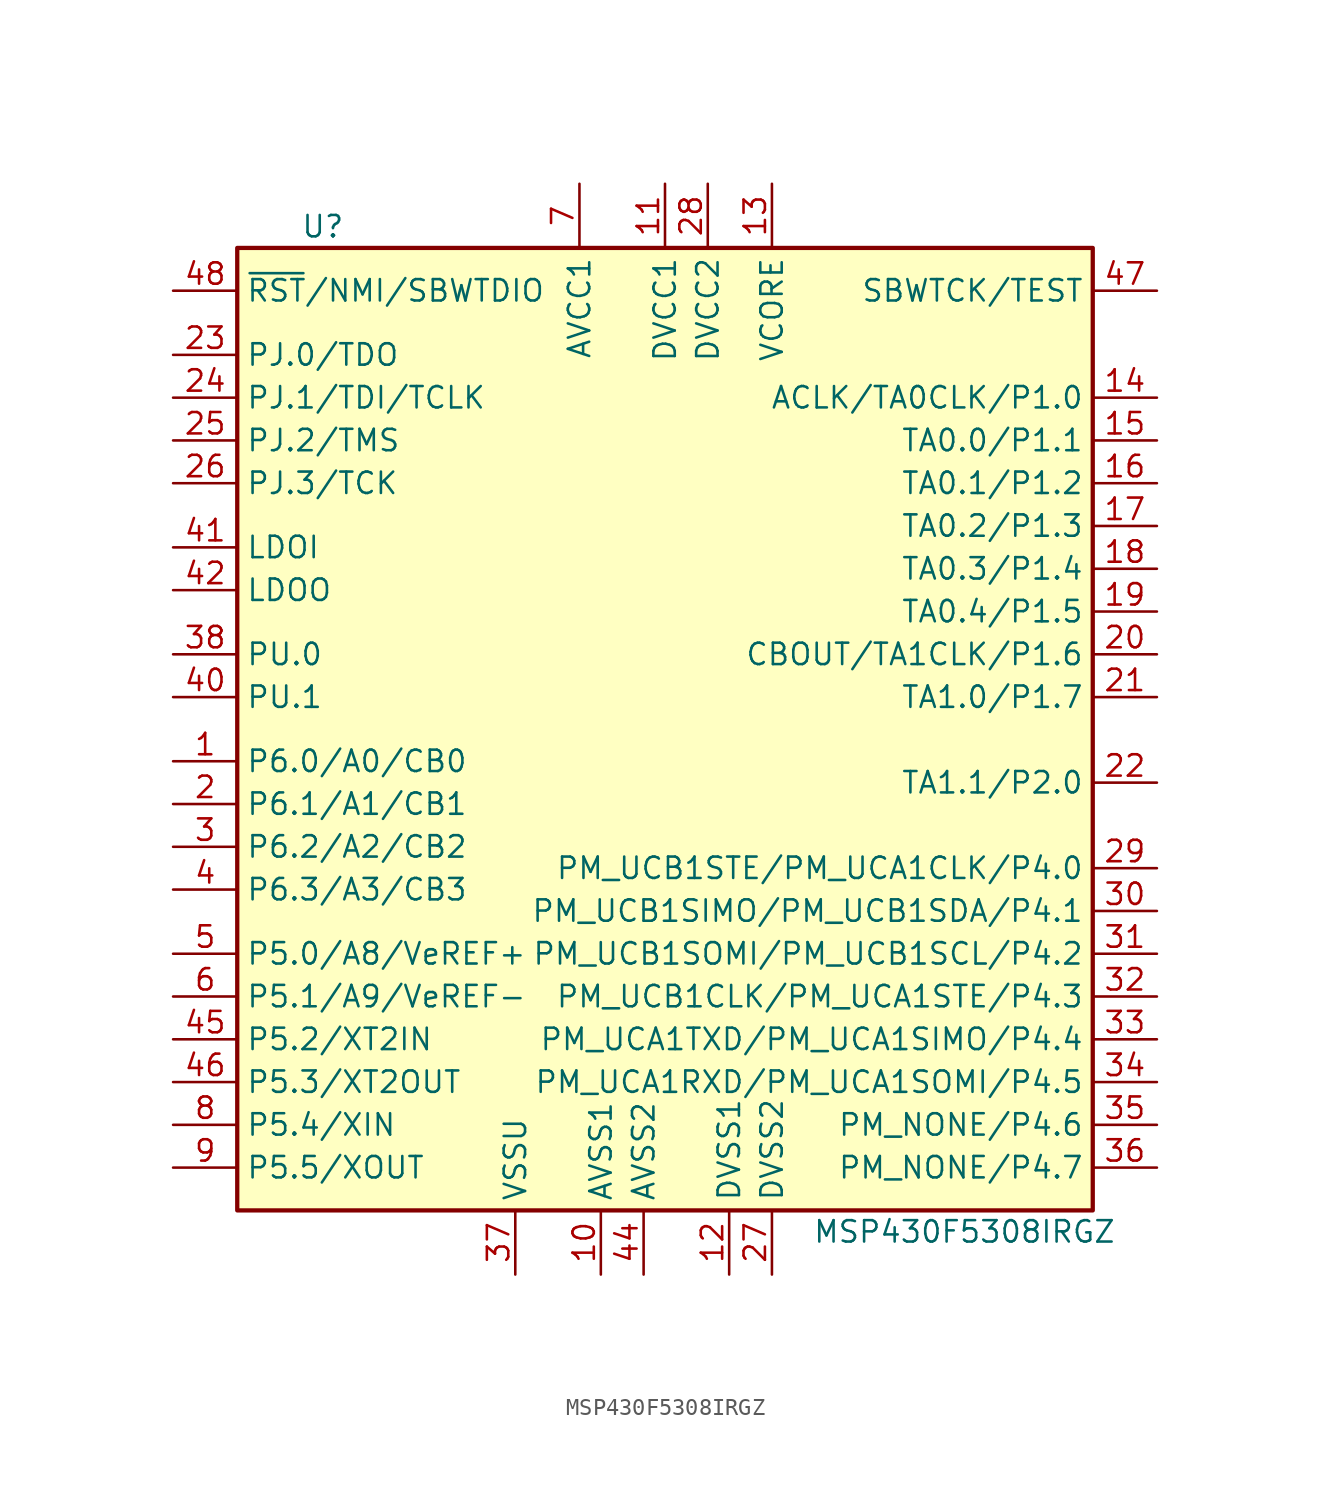
<source format=kicad_sym>
(kicad_symbol_lib
  (version 20241209)
  (generator "kicad_symbol_editor")
  (generator_version "9.0")
  (symbol "MSP430F5308IRGZ"
    (property "Reference" "U"
      (at -21.59 30.48 0)
      (effects (font (size 1.27 1.27))))
    (property "Value" "MSP430F5308IRGZ"
      (at 16.51 -29.21 0)
      (effects (font (size 1.27 1.27))))
    (symbol "MSP430F5308IRGZ_0_1"
      (rectangle (start -26.67 29.21) (end 24.13 -27.94) (stroke (width 0.254) (type default)) (fill (type background))))
    (symbol "MSP430F5308IRGZ_1_1"
      (pin input line (at -30.48 26.67 0) (length 3.81) (name "~{RST}/NMI/SBWTDIO" (effects (font (size 1.27 1.27)))) (number "48" (effects (font (size 1.27 1.27)))))
      (pin bidirectional line (at -30.48 22.86 0) (length 3.81) (name "PJ.0/TDO" (effects (font (size 1.27 1.27)))) (number "23" (effects (font (size 1.27 1.27)))))
      (pin bidirectional line (at -30.48 20.32 0) (length 3.81) (name "PJ.1/TDI/TCLK" (effects (font (size 1.27 1.27)))) (number "24" (effects (font (size 1.27 1.27)))))
      (pin bidirectional line (at -30.48 17.78 0) (length 3.81) (name "PJ.2/TMS" (effects (font (size 1.27 1.27)))) (number "25" (effects (font (size 1.27 1.27)))))
      (pin bidirectional line (at -30.48 15.24 0) (length 3.81) (name "PJ.3/TCK" (effects (font (size 1.27 1.27)))) (number "26" (effects (font (size 1.27 1.27)))))
      (pin power_in line (at -30.48 11.43 0) (length 3.81) (name "LDOI" (effects (font (size 1.27 1.27)))) (number "41" (effects (font (size 1.27 1.27)))))
      (pin power_out line (at -30.48 8.89 0) (length 3.81) (name "LDOO" (effects (font (size 1.27 1.27)))) (number "42" (effects (font (size 1.27 1.27)))))
      (pin bidirectional line (at -30.48 5.08 0) (length 3.81) (name "PU.0" (effects (font (size 1.27 1.27)))) (number "38" (effects (font (size 1.27 1.27)))))
      (pin bidirectional line (at -30.48 2.54 0) (length 3.81) (name "PU.1" (effects (font (size 1.27 1.27)))) (number "40" (effects (font (size 1.27 1.27)))))
      (pin bidirectional line (at -30.48 -1.27 0) (length 3.81) (name "P6.0/A0/CB0" (effects (font (size 1.27 1.27)))) (number "1" (effects (font (size 1.27 1.27)))))
      (pin bidirectional line (at -30.48 -3.81 0) (length 3.81) (name "P6.1/A1/CB1" (effects (font (size 1.27 1.27)))) (number "2" (effects (font (size 1.27 1.27)))))
      (pin bidirectional line (at -30.48 -6.35 0) (length 3.81) (name "P6.2/A2/CB2" (effects (font (size 1.27 1.27)))) (number "3" (effects (font (size 1.27 1.27)))))
      (pin bidirectional line (at -30.48 -8.89 0) (length 3.81) (name "P6.3/A3/CB3" (effects (font (size 1.27 1.27)))) (number "4" (effects (font (size 1.27 1.27)))))
      (pin bidirectional line (at -30.48 -12.7 0) (length 3.81) (name "P5.0/A8/VeREF+" (effects (font (size 1.27 1.27)))) (number "5" (effects (font (size 1.27 1.27)))))
      (pin bidirectional line (at -30.48 -15.24 0) (length 3.81) (name "P5.1/A9/VeREF-" (effects (font (size 1.27 1.27)))) (number "6" (effects (font (size 1.27 1.27)))))
      (pin bidirectional line (at -30.48 -17.78 0) (length 3.81) (name "P5.2/XT2IN" (effects (font (size 1.27 1.27)))) (number "45" (effects (font (size 1.27 1.27)))))
      (pin bidirectional line (at -30.48 -20.32 0) (length 3.81) (name "P5.3/XT2OUT" (effects (font (size 1.27 1.27)))) (number "46" (effects (font (size 1.27 1.27)))))
      (pin bidirectional line (at -30.48 -22.86 0) (length 3.81) (name "P5.4/XIN" (effects (font (size 1.27 1.27)))) (number "8" (effects (font (size 1.27 1.27)))))
      (pin bidirectional line (at -30.48 -25.4 0) (length 3.81) (name "P5.5/XOUT" (effects (font (size 1.27 1.27)))) (number "9" (effects (font (size 1.27 1.27)))))
      (pin power_in line (at -10.16 -31.75 90) (length 3.81) (name "VSSU" (effects (font (size 1.27 1.27)))) (number "37" (effects (font (size 1.27 1.27)))))
      (pin power_in line (at -6.35 33.02 270) (length 3.81) (name "AVCC1" (effects (font (size 1.27 1.27)))) (number "7" (effects (font (size 1.27 1.27)))))
      (pin power_in line (at -5.08 -31.75 90) (length 3.81) (name "AVSS1" (effects (font (size 1.27 1.27)))) (number "10" (effects (font (size 1.27 1.27)))))
      (pin power_in line (at -2.54 -31.75 90) (length 3.81) (name "AVSS2" (effects (font (size 1.27 1.27)))) (number "44" (effects (font (size 1.27 1.27)))))
      (pin power_in line (at -1.27 33.02 270) (length 3.81) (name "DVCC1" (effects (font (size 1.27 1.27)))) (number "11" (effects (font (size 1.27 1.27)))))
      (pin power_in line (at 1.27 33.02 270) (length 3.81) (name "DVCC2" (effects (font (size 1.27 1.27)))) (number "28" (effects (font (size 1.27 1.27)))))
      (pin power_in line (at 2.54 -31.75 90) (length 3.81) (name "DVSS1" (effects (font (size 1.27 1.27)))) (number "12" (effects (font (size 1.27 1.27)))))
      (pin bidirectional line (at 5.08 33.02 270) (length 3.81) (name "VCORE" (effects (font (size 1.27 1.27)))) (number "13" (effects (font (size 1.27 1.27)))))
      (pin power_in line (at 5.08 -31.75 90) (length 3.81) (name "DVSS2" (effects (font (size 1.27 1.27)))) (number "27" (effects (font (size 1.27 1.27)))))
      (pin input line (at 27.94 26.67 180) (length 3.81) (name "SBWTCK/TEST" (effects (font (size 1.27 1.27)))) (number "47" (effects (font (size 1.27 1.27)))))
      (pin bidirectional line (at 27.94 20.32 180) (length 3.81) (name "ACLK/TA0CLK/P1.0" (effects (font (size 1.27 1.27)))) (number "14" (effects (font (size 1.27 1.27)))))
      (pin bidirectional line (at 27.94 17.78 180) (length 3.81) (name "TA0.0/P1.1" (effects (font (size 1.27 1.27)))) (number "15" (effects (font (size 1.27 1.27)))))
      (pin bidirectional line (at 27.94 15.24 180) (length 3.81) (name "TA0.1/P1.2" (effects (font (size 1.27 1.27)))) (number "16" (effects (font (size 1.27 1.27)))))
      (pin bidirectional line (at 27.94 12.7 180) (length 3.81) (name "TA0.2/P1.3" (effects (font (size 1.27 1.27)))) (number "17" (effects (font (size 1.27 1.27)))))
      (pin bidirectional line (at 27.94 10.16 180) (length 3.81) (name "TA0.3/P1.4" (effects (font (size 1.27 1.27)))) (number "18" (effects (font (size 1.27 1.27)))))
      (pin bidirectional line (at 27.94 7.62 180) (length 3.81) (name "TA0.4/P1.5" (effects (font (size 1.27 1.27)))) (number "19" (effects (font (size 1.27 1.27)))))
      (pin bidirectional line (at 27.94 5.08 180) (length 3.81) (name "CBOUT/TA1CLK/P1.6" (effects (font (size 1.27 1.27)))) (number "20" (effects (font (size 1.27 1.27)))))
      (pin bidirectional line (at 27.94 2.54 180) (length 3.81) (name "TA1.0/P1.7" (effects (font (size 1.27 1.27)))) (number "21" (effects (font (size 1.27 1.27)))))
      (pin bidirectional line (at 27.94 -2.54 180) (length 3.81) (name "TA1.1/P2.0" (effects (font (size 1.27 1.27)))) (number "22" (effects (font (size 1.27 1.27)))))
      (pin bidirectional line (at 27.94 -7.62 180) (length 3.81) (name "PM_UCB1STE/PM_UCA1CLK/P4.0" (effects (font (size 1.27 1.27)))) (number "29" (effects (font (size 1.27 1.27)))))
      (pin bidirectional line (at 27.94 -10.16 180) (length 3.81) (name "PM_UCB1SIMO/PM_UCB1SDA/P4.1" (effects (font (size 1.27 1.27)))) (number "30" (effects (font (size 1.27 1.27)))))
      (pin bidirectional line (at 27.94 -12.7 180) (length 3.81) (name "PM_UCB1SOMI/PM_UCB1SCL/P4.2" (effects (font (size 1.27 1.27)))) (number "31" (effects (font (size 1.27 1.27)))))
      (pin bidirectional line (at 27.94 -15.24 180) (length 3.81) (name "PM_UCB1CLK/PM_UCA1STE/P4.3" (effects (font (size 1.27 1.27)))) (number "32" (effects (font (size 1.27 1.27)))))
      (pin bidirectional line (at 27.94 -17.78 180) (length 3.81) (name "PM_UCA1TXD/PM_UCA1SIMO/P4.4" (effects (font (size 1.27 1.27)))) (number "33" (effects (font (size 1.27 1.27)))))
      (pin bidirectional line (at 27.94 -20.32 180) (length 3.81) (name "PM_UCA1RXD/PM_UCA1SOMI/P4.5" (effects (font (size 1.27 1.27)))) (number "34" (effects (font (size 1.27 1.27)))))
      (pin bidirectional line (at 27.94 -22.86 180) (length 3.81) (name "PM_NONE/P4.6" (effects (font (size 1.27 1.27)))) (number "35" (effects (font (size 1.27 1.27)))))
      (pin bidirectional line (at 27.94 -25.4 180) (length 3.81) (name "PM_NONE/P4.7" (effects (font (size 1.27 1.27)))) (number "36" (effects (font (size 1.27 1.27))))))))
</source>
